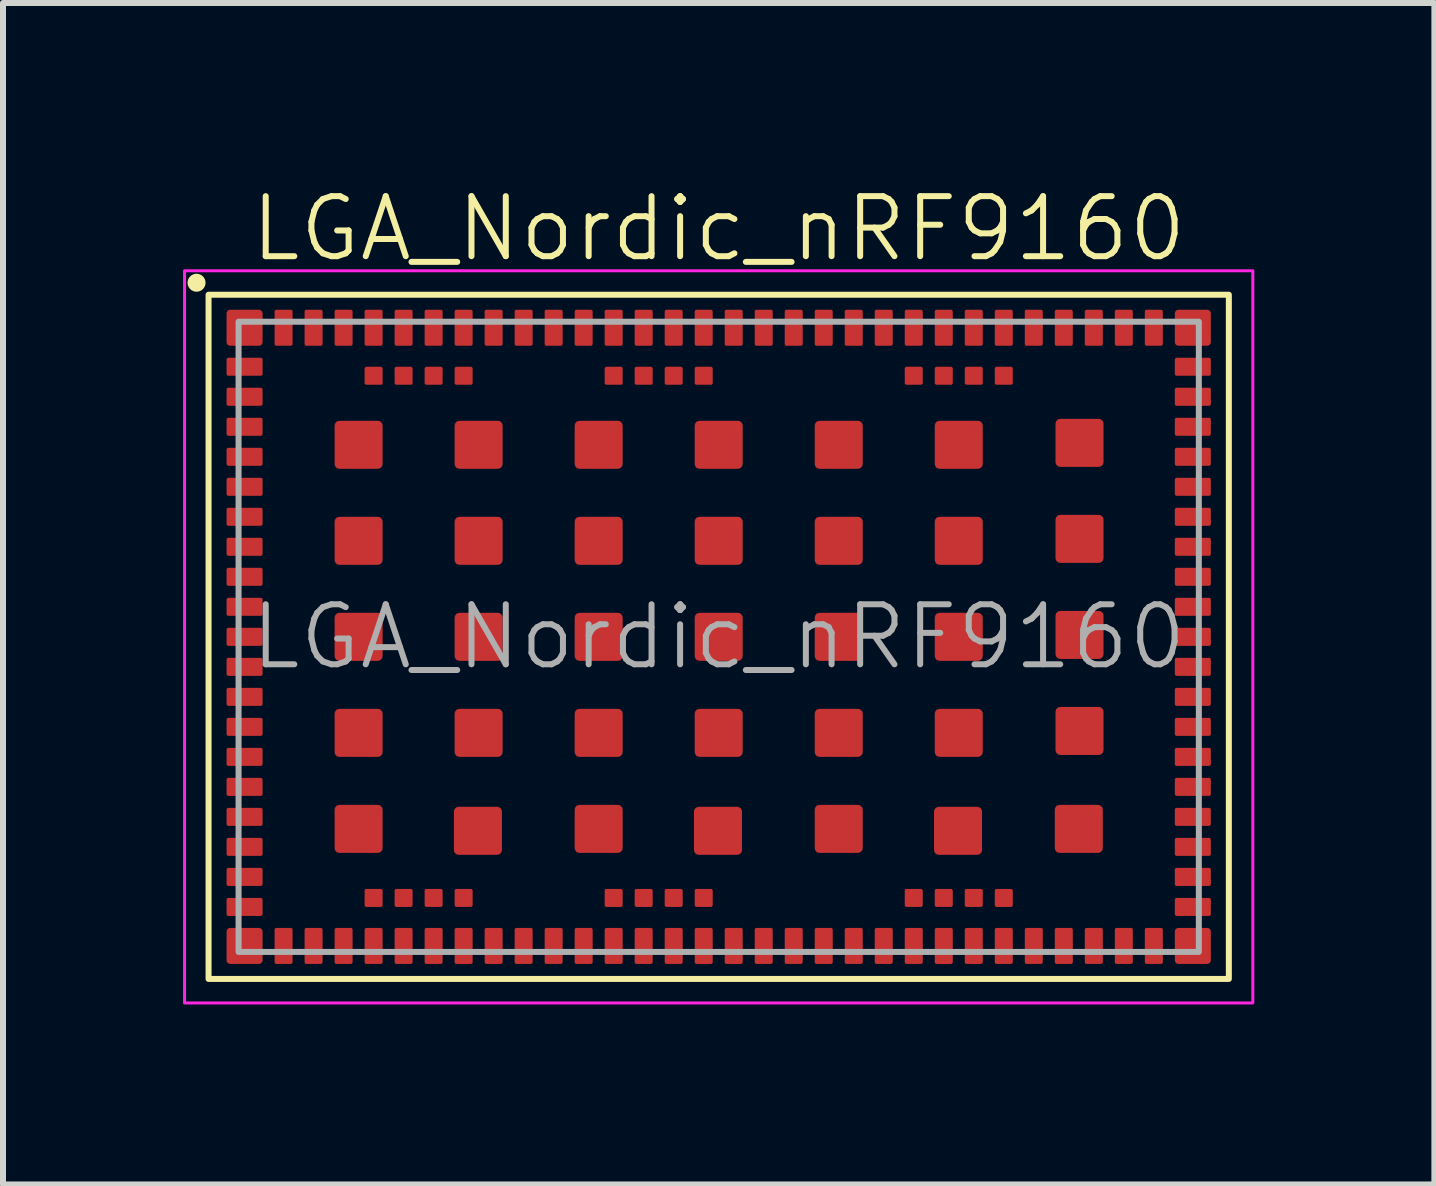
<source format=kicad_pcb>
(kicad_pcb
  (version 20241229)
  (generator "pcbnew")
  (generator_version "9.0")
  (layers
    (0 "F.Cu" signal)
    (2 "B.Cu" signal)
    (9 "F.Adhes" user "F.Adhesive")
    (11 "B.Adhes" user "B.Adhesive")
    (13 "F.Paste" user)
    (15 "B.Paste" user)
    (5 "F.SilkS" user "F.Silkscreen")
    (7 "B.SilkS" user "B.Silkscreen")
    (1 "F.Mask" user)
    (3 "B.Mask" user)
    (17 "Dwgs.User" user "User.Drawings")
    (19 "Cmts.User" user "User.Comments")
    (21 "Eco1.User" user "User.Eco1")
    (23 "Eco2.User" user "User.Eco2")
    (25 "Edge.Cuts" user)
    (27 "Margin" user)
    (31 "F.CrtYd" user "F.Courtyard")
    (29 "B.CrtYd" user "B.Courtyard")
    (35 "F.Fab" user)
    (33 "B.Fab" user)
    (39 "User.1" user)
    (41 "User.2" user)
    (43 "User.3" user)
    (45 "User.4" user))
  (footprint "LGA_Nordic_nRF9160"
    (layer "F.Cu")
    (at 8.925 7.561)
    (property "Reference" "LGA_Nordic_nRF9160" (at 0 -6.8 0) (unlocked yes) (layer "F.SilkS") (effects (font (size 1 1) (thickness 0.1))))
    (attr smd)
    (fp_rect (start -8.5 -5.7) (end 8.5 5.7) (stroke (width 0.1) (type default)) (fill no) (layer "F.SilkS"))
    (fp_circle (center -8.7 -5.9) (end -8.6 -5.9) (stroke (width 0.1) (type solid)) (fill yes) (layer "F.SilkS"))
    (fp_rect (start -8.9 -6.1) (end 8.9 6.1) (stroke (width 0.05) (type default)) (fill no) (layer "F.CrtYd"))
    (fp_rect (start -8 -5.25) (end 8 5.25) (stroke (width 0.1) (type default)) (fill no) (layer "F.Fab"))
    (fp_text user "${REFERENCE}" (at 0 0 0) (unlocked yes) (layer "F.Fab") (effects (font (size 1 1) (thickness 0.1))))
    (pad "1" smd roundrect (at -7.9 -5.15) (size 0.6 0.6) (layers "F.Cu" "F.Mask" "F.Paste") (roundrect_rratio 0.1))
    (pad "2" smd roundrect (at -7.9 -4.5) (size 0.6 0.3) (layers "F.Cu" "F.Mask" "F.Paste") (roundrect_rratio 0.1))
    (pad "3" smd roundrect (at -7.9 -4) (size 0.6 0.3) (layers "F.Cu" "F.Mask" "F.Paste") (roundrect_rratio 0.1))
    (pad "4" smd roundrect (at -7.9 -3.5) (size 0.6 0.3) (layers "F.Cu" "F.Mask" "F.Paste") (roundrect_rratio 0.1))
    (pad "5" smd roundrect (at -7.9 -3) (size 0.6 0.3) (layers "F.Cu" "F.Mask" "F.Paste") (roundrect_rratio 0.1))
    (pad "6" smd roundrect (at -7.9 -2.5) (size 0.6 0.3) (layers "F.Cu" "F.Mask" "F.Paste") (roundrect_rratio 0.1))
    (pad "7" smd roundrect (at -7.9 -2) (size 0.6 0.3) (layers "F.Cu" "F.Mask" "F.Paste") (roundrect_rratio 0.1))
    (pad "8" smd roundrect (at -7.9 -1.5) (size 0.6 0.3) (layers "F.Cu" "F.Mask" "F.Paste") (roundrect_rratio 0.1))
    (pad "9" smd roundrect (at -7.9 -1) (size 0.6 0.3) (layers "F.Cu" "F.Mask" "F.Paste") (roundrect_rratio 0.1))
    (pad "10" smd roundrect (at -7.9 -0.5) (size 0.6 0.3) (layers "F.Cu" "F.Mask" "F.Paste") (roundrect_rratio 0.1))
    (pad "11" smd roundrect (at -7.9 0) (size 0.6 0.3) (layers "F.Cu" "F.Mask" "F.Paste") (roundrect_rratio 0.1))
    (pad "12" smd roundrect (at -7.9 0.5) (size 0.6 0.3) (layers "F.Cu" "F.Mask" "F.Paste") (roundrect_rratio 0.1))
    (pad "13" smd roundrect (at -7.9 1) (size 0.6 0.3) (layers "F.Cu" "F.Mask" "F.Paste") (roundrect_rratio 0.1))
    (pad "14" smd roundrect (at -7.9 1.5) (size 0.6 0.3) (layers "F.Cu" "F.Mask" "F.Paste") (roundrect_rratio 0.1))
    (pad "15" smd roundrect (at -7.9 2) (size 0.6 0.3) (layers "F.Cu" "F.Mask" "F.Paste") (roundrect_rratio 0.1))
    (pad "16" smd roundrect (at -7.9 2.5) (size 0.6 0.3) (layers "F.Cu" "F.Mask" "F.Paste") (roundrect_rratio 0.1))
    (pad "17" smd roundrect (at -7.9 3) (size 0.6 0.3) (layers "F.Cu" "F.Mask" "F.Paste") (roundrect_rratio 0.1))
    (pad "18" smd roundrect (at -7.9 3.5) (size 0.6 0.3) (layers "F.Cu" "F.Mask" "F.Paste") (roundrect_rratio 0.1))
    (pad "19" smd roundrect (at -7.9 4) (size 0.6 0.3) (layers "F.Cu" "F.Mask" "F.Paste") (roundrect_rratio 0.1))
    (pad "20" smd roundrect (at -7.9 4.5) (size 0.6 0.3) (layers "F.Cu" "F.Mask" "F.Paste") (roundrect_rratio 0.1))
    (pad "21" smd roundrect (at -7.9 5.15) (size 0.6 0.6) (layers "F.Cu" "F.Mask" "F.Paste") (roundrect_rratio 0.1))
    (pad "22" smd roundrect (at -7.25 5.15) (size 0.3 0.6) (layers "F.Cu" "F.Mask" "F.Paste") (roundrect_rratio 0.1))
    (pad "23" smd roundrect (at -6.75 5.15) (size 0.3 0.6) (layers "F.Cu" "F.Mask" "F.Paste") (roundrect_rratio 0.1))
    (pad "24" smd roundrect (at -6.25 5.15) (size 0.3 0.6) (layers "F.Cu" "F.Mask" "F.Paste") (roundrect_rratio 0.1))
    (pad "25" smd roundrect (at -5.75 5.15) (size 0.3 0.6) (layers "F.Cu" "F.Mask" "F.Paste") (roundrect_rratio 0.1))
    (pad "26" smd roundrect (at -5.25 5.15) (size 0.3 0.6) (layers "F.Cu" "F.Mask" "F.Paste") (roundrect_rratio 0.1))
    (pad "27" smd roundrect (at -4.75 5.15) (size 0.3 0.6) (layers "F.Cu" "F.Mask" "F.Paste") (roundrect_rratio 0.1))
    (pad "28" smd roundrect (at -4.25 5.15) (size 0.3 0.6) (layers "F.Cu" "F.Mask" "F.Paste") (roundrect_rratio 0.1))
    (pad "29" smd roundrect (at -3.75 5.15) (size 0.3 0.6) (layers "F.Cu" "F.Mask" "F.Paste") (roundrect_rratio 0.1))
    (pad "30" smd roundrect (at -3.25 5.15) (size 0.3 0.6) (layers "F.Cu" "F.Mask" "F.Paste") (roundrect_rratio 0.1))
    (pad "31" smd roundrect (at -2.75 5.15) (size 0.3 0.6) (layers "F.Cu" "F.Mask" "F.Paste") (roundrect_rratio 0.1))
    (pad "32" smd roundrect (at -2.25 5.15) (size 0.3 0.6) (layers "F.Cu" "F.Mask" "F.Paste") (roundrect_rratio 0.1))
    (pad "33" smd roundrect (at -1.75 5.15) (size 0.3 0.6) (layers "F.Cu" "F.Mask" "F.Paste") (roundrect_rratio 0.1))
    (pad "34" smd roundrect (at -1.25 5.15) (size 0.3 0.6) (layers "F.Cu" "F.Mask" "F.Paste") (roundrect_rratio 0.1))
    (pad "35" smd roundrect (at -0.75 5.15) (size 0.3 0.6) (layers "F.Cu" "F.Mask" "F.Paste") (roundrect_rratio 0.1))
    (pad "36" smd roundrect (at -0.25 5.15) (size 0.3 0.6) (layers "F.Cu" "F.Mask" "F.Paste") (roundrect_rratio 0.1))
    (pad "37" smd roundrect (at 0.25 5.15) (size 0.3 0.6) (layers "F.Cu" "F.Mask" "F.Paste") (roundrect_rratio 0.1))
    (pad "38" smd roundrect (at 0.75 5.15) (size 0.3 0.6) (layers "F.Cu" "F.Mask" "F.Paste") (roundrect_rratio 0.1))
    (pad "39" smd roundrect (at 1.25 5.15) (size 0.3 0.6) (layers "F.Cu" "F.Mask" "F.Paste") (roundrect_rratio 0.1))
    (pad "40" smd roundrect (at 1.75 5.15) (size 0.3 0.6) (layers "F.Cu" "F.Mask" "F.Paste") (roundrect_rratio 0.1))
    (pad "41" smd roundrect (at 2.25 5.15) (size 0.3 0.6) (layers "F.Cu" "F.Mask" "F.Paste") (roundrect_rratio 0.1))
    (pad "42" smd roundrect (at 2.75 5.15) (size 0.3 0.6) (layers "F.Cu" "F.Mask" "F.Paste") (roundrect_rratio 0.1))
    (pad "43" smd roundrect (at 3.25 5.15) (size 0.3 0.6) (layers "F.Cu" "F.Mask" "F.Paste") (roundrect_rratio 0.1))
    (pad "44" smd roundrect (at 3.75 5.15) (size 0.3 0.6) (layers "F.Cu" "F.Mask" "F.Paste") (roundrect_rratio 0.1))
    (pad "45" smd roundrect (at 4.25 5.15) (size 0.3 0.6) (layers "F.Cu" "F.Mask" "F.Paste") (roundrect_rratio 0.1))
    (pad "46" smd roundrect (at 4.75 5.15) (size 0.3 0.6) (layers "F.Cu" "F.Mask" "F.Paste") (roundrect_rratio 0.1))
    (pad "47" smd roundrect (at 5.25 5.15) (size 0.3 0.6) (layers "F.Cu" "F.Mask" "F.Paste") (roundrect_rratio 0.1))
    (pad "48" smd roundrect (at 5.75 5.15) (size 0.3 0.6) (layers "F.Cu" "F.Mask" "F.Paste") (roundrect_rratio 0.1))
    (pad "49" smd roundrect (at 6.25 5.15) (size 0.3 0.6) (layers "F.Cu" "F.Mask" "F.Paste") (roundrect_rratio 0.1))
    (pad "50" smd roundrect (at 6.75 5.15) (size 0.3 0.6) (layers "F.Cu" "F.Mask" "F.Paste") (roundrect_rratio 0.1))
    (pad "51" smd roundrect (at 7.25 5.15) (size 0.3 0.6) (layers "F.Cu" "F.Mask" "F.Paste") (roundrect_rratio 0.1))
    (pad "52" smd roundrect (at 7.9 5.15) (size 0.6 0.6) (layers "F.Cu" "F.Mask" "F.Paste") (roundrect_rratio 0.1))
    (pad "53" smd roundrect (at 7.9 4.5) (size 0.6 0.3) (layers "F.Cu" "F.Mask" "F.Paste") (roundrect_rratio 0.1))
    (pad "54" smd roundrect (at 7.9 4) (size 0.6 0.3) (layers "F.Cu" "F.Mask" "F.Paste") (roundrect_rratio 0.1))
    (pad "55" smd roundrect (at 7.9 3.5) (size 0.6 0.3) (layers "F.Cu" "F.Mask" "F.Paste") (roundrect_rratio 0.1))
    (pad "56" smd roundrect (at 7.9 3) (size 0.6 0.3) (layers "F.Cu" "F.Mask" "F.Paste") (roundrect_rratio 0.1))
    (pad "57" smd roundrect (at 7.9 2.5) (size 0.6 0.3) (layers "F.Cu" "F.Mask" "F.Paste") (roundrect_rratio 0.1))
    (pad "58" smd roundrect (at 7.9 2) (size 0.6 0.3) (layers "F.Cu" "F.Mask" "F.Paste") (roundrect_rratio 0.1))
    (pad "59" smd roundrect (at 7.9 1.5) (size 0.6 0.3) (layers "F.Cu" "F.Mask" "F.Paste") (roundrect_rratio 0.1))
    (pad "60" smd roundrect (at 7.9 1) (size 0.6 0.3) (layers "F.Cu" "F.Mask" "F.Paste") (roundrect_rratio 0.1))
    (pad "61" smd roundrect (at 7.9 0.5) (size 0.6 0.3) (layers "F.Cu" "F.Mask" "F.Paste") (roundrect_rratio 0.1))
    (pad "62" smd roundrect (at 7.9 0) (size 0.6 0.3) (layers "F.Cu" "F.Mask" "F.Paste") (roundrect_rratio 0.1))
    (pad "63" smd roundrect (at 7.9 -0.5) (size 0.6 0.3) (layers "F.Cu" "F.Mask" "F.Paste") (roundrect_rratio 0.1))
    (pad "64" smd roundrect (at 7.9 -1) (size 0.6 0.3) (layers "F.Cu" "F.Mask" "F.Paste") (roundrect_rratio 0.1))
    (pad "65" smd roundrect (at 7.9 -1.5) (size 0.6 0.3) (layers "F.Cu" "F.Mask" "F.Paste") (roundrect_rratio 0.1))
    (pad "66" smd roundrect (at 7.9 -2) (size 0.6 0.3) (layers "F.Cu" "F.Mask" "F.Paste") (roundrect_rratio 0.1))
    (pad "67" smd roundrect (at 7.9 -2.5) (size 0.6 0.3) (layers "F.Cu" "F.Mask" "F.Paste") (roundrect_rratio 0.1))
    (pad "68" smd roundrect (at 7.9 -3) (size 0.6 0.3) (layers "F.Cu" "F.Mask" "F.Paste") (roundrect_rratio 0.1))
    (pad "69" smd roundrect (at 7.9 -3.5) (size 0.6 0.3) (layers "F.Cu" "F.Mask" "F.Paste") (roundrect_rratio 0.1))
    (pad "70" smd roundrect (at 7.9 -4) (size 0.6 0.3) (layers "F.Cu" "F.Mask" "F.Paste") (roundrect_rratio 0.1))
    (pad "71" smd roundrect (at 7.9 -4.5) (size 0.6 0.3) (layers "F.Cu" "F.Mask" "F.Paste") (roundrect_rratio 0.1))
    (pad "72" smd roundrect (at 7.9 -5.15) (size 0.6 0.6) (layers "F.Cu" "F.Mask" "F.Paste") (roundrect_rratio 0.1))
    (pad "73" smd roundrect (at 7.25 -5.15) (size 0.3 0.6) (layers "F.Cu" "F.Mask" "F.Paste") (roundrect_rratio 0.1))
    (pad "74" smd roundrect (at 6.75 -5.15) (size 0.3 0.6) (layers "F.Cu" "F.Mask" "F.Paste") (roundrect_rratio 0.1))
    (pad "75" smd roundrect (at 6.25 -5.15) (size 0.3 0.6) (layers "F.Cu" "F.Mask" "F.Paste") (roundrect_rratio 0.1))
    (pad "76" smd roundrect (at 5.75 -5.15) (size 0.3 0.6) (layers "F.Cu" "F.Mask" "F.Paste") (roundrect_rratio 0.1))
    (pad "77" smd roundrect (at 5.25 -5.15) (size 0.3 0.6) (layers "F.Cu" "F.Mask" "F.Paste") (roundrect_rratio 0.1))
    (pad "78" smd roundrect (at 4.75 -5.15) (size 0.3 0.6) (layers "F.Cu" "F.Mask" "F.Paste") (roundrect_rratio 0.1))
    (pad "79" smd roundrect (at 4.25 -5.15) (size 0.3 0.6) (layers "F.Cu" "F.Mask" "F.Paste") (roundrect_rratio 0.1))
    (pad "80" smd roundrect (at 3.75 -5.15) (size 0.3 0.6) (layers "F.Cu" "F.Mask" "F.Paste") (roundrect_rratio 0.1))
    (pad "81" smd roundrect (at 3.25 -5.15) (size 0.3 0.6) (layers "F.Cu" "F.Mask" "F.Paste") (roundrect_rratio 0.1))
    (pad "82" smd roundrect (at 2.75 -5.15) (size 0.3 0.6) (layers "F.Cu" "F.Mask" "F.Paste") (roundrect_rratio 0.1))
    (pad "83" smd roundrect (at 2.25 -5.15) (size 0.3 0.6) (layers "F.Cu" "F.Mask" "F.Paste") (roundrect_rratio 0.1))
    (pad "84" smd roundrect (at 1.75 -5.15) (size 0.3 0.6) (layers "F.Cu" "F.Mask" "F.Paste") (roundrect_rratio 0.1))
    (pad "85" smd roundrect (at 1.25 -5.15) (size 0.3 0.6) (layers "F.Cu" "F.Mask" "F.Paste") (roundrect_rratio 0.1))
    (pad "86" smd roundrect (at 0.75 -5.15) (size 0.3 0.6) (layers "F.Cu" "F.Mask" "F.Paste") (roundrect_rratio 0.1))
    (pad "87" smd roundrect (at 0.25 -5.15) (size 0.3 0.6) (layers "F.Cu" "F.Mask" "F.Paste") (roundrect_rratio 0.1))
    (pad "88" smd roundrect (at -0.25 -5.15) (size 0.3 0.6) (layers "F.Cu" "F.Mask" "F.Paste") (roundrect_rratio 0.1))
    (pad "89" smd roundrect (at -0.75 -5.15) (size 0.3 0.6) (layers "F.Cu" "F.Mask" "F.Paste") (roundrect_rratio 0.1))
    (pad "90" smd roundrect (at -1.25 -5.15) (size 0.3 0.6) (layers "F.Cu" "F.Mask" "F.Paste") (roundrect_rratio 0.1))
    (pad "91" smd roundrect (at -1.75 -5.15) (size 0.3 0.6) (layers "F.Cu" "F.Mask" "F.Paste") (roundrect_rratio 0.1))
    (pad "92" smd roundrect (at -2.25 -5.15) (size 0.3 0.6) (layers "F.Cu" "F.Mask" "F.Paste") (roundrect_rratio 0.1))
    (pad "93" smd roundrect (at -2.75 -5.15) (size 0.3 0.6) (layers "F.Cu" "F.Mask" "F.Paste") (roundrect_rratio 0.1))
    (pad "94" smd roundrect (at -3.25 -5.15) (size 0.3 0.6) (layers "F.Cu" "F.Mask" "F.Paste") (roundrect_rratio 0.1))
    (pad "95" smd roundrect (at -3.75 -5.15) (size 0.3 0.6) (layers "F.Cu" "F.Mask" "F.Paste") (roundrect_rratio 0.1))
    (pad "96" smd roundrect (at -4.25 -5.15) (size 0.3 0.6) (layers "F.Cu" "F.Mask" "F.Paste") (roundrect_rratio 0.1))
    (pad "97" smd roundrect (at -4.75 -5.15) (size 0.3 0.6) (layers "F.Cu" "F.Mask" "F.Paste") (roundrect_rratio 0.1))
    (pad "98" smd roundrect (at -5.25 -5.15) (size 0.3 0.6) (layers "F.Cu" "F.Mask" "F.Paste") (roundrect_rratio 0.1))
    (pad "99" smd roundrect (at -5.75 -5.15) (size 0.3 0.6) (layers "F.Cu" "F.Mask" "F.Paste") (roundrect_rratio 0.1))
    (pad "100" smd roundrect (at -6.25 -5.15) (size 0.3 0.6) (layers "F.Cu" "F.Mask" "F.Paste") (roundrect_rratio 0.1))
    (pad "101" smd roundrect (at -6.75 -5.15) (size 0.3 0.6) (layers "F.Cu" "F.Mask" "F.Paste") (roundrect_rratio 0.1))
    (pad "102" smd roundrect (at -7.25 -5.15) (size 0.3 0.6) (layers "F.Cu" "F.Mask" "F.Paste") (roundrect_rratio 0.1))
    (pad "103" smd roundrect (at -6 -3.2) (size 0.8 0.8) (layers "F.Cu" "F.Mask" "F.Paste") (roundrect_rratio 0.1))
    (pad "103" smd roundrect (at -6 -1.6) (size 0.8 0.8) (layers "F.Cu" "F.Mask" "F.Paste") (roundrect_rratio 0.1))
    (pad "103" smd roundrect (at -6 0) (size 0.8 0.8) (layers "F.Cu" "F.Mask" "F.Paste") (roundrect_rratio 0.1))
    (pad "103" smd roundrect (at -6 1.6) (size 0.8 0.8) (layers "F.Cu" "F.Mask" "F.Paste") (roundrect_rratio 0.1))
    (pad "103" smd roundrect (at -6 3.2) (size 0.8 0.8) (layers "F.Cu" "F.Mask" "F.Paste") (roundrect_rratio 0.1))
    (pad "103" smd roundrect (at -4.012 3.232) (size 0.8 0.8) (layers "F.Cu" "F.Mask" "F.Paste") (roundrect_rratio 0.1))
    (pad "103" smd roundrect (at -4 -3.2) (size 0.8 0.8) (layers "F.Cu" "F.Mask" "F.Paste") (roundrect_rratio 0.1))
    (pad "103" smd roundrect (at -4 -1.6) (size 0.8 0.8) (layers "F.Cu" "F.Mask" "F.Paste") (roundrect_rratio 0.1))
    (pad "103" smd roundrect (at -4 0) (size 0.8 0.8) (layers "F.Cu" "F.Mask" "F.Paste") (roundrect_rratio 0.1))
    (pad "103" smd roundrect (at -4 1.6) (size 0.8 0.8) (layers "F.Cu" "F.Mask" "F.Paste") (roundrect_rratio 0.1))
    (pad "103" smd roundrect (at -2 -3.2) (size 0.8 0.8) (layers "F.Cu" "F.Mask" "F.Paste") (roundrect_rratio 0.1))
    (pad "103" smd roundrect (at -2 -1.6) (size 0.8 0.8) (layers "F.Cu" "F.Mask" "F.Paste") (roundrect_rratio 0.1))
    (pad "103" smd roundrect (at -2 0) (size 0.8 0.8) (layers "F.Cu" "F.Mask" "F.Paste") (roundrect_rratio 0.1))
    (pad "103" smd roundrect (at -2 1.6) (size 0.8 0.8) (layers "F.Cu" "F.Mask" "F.Paste") (roundrect_rratio 0.1))
    (pad "103" smd roundrect (at -2 3.2) (size 0.8 0.8) (layers "F.Cu" "F.Mask" "F.Paste") (roundrect_rratio 0.1))
    (pad "103" smd roundrect (at -0.012 3.232) (size 0.8 0.8) (layers "F.Cu" "F.Mask" "F.Paste") (roundrect_rratio 0.1))
    (pad "103" smd roundrect (at 0 -3.2) (size 0.8 0.8) (layers "F.Cu" "F.Mask" "F.Paste") (roundrect_rratio 0.1))
    (pad "103" smd roundrect (at 0 -1.6) (size 0.8 0.8) (layers "F.Cu" "F.Mask" "F.Paste") (roundrect_rratio 0.1))
    (pad "103" smd roundrect (at 0 0) (size 0.8 0.8) (layers "F.Cu" "F.Mask" "F.Paste") (roundrect_rratio 0.1))
    (pad "103" smd roundrect (at 0 1.6) (size 0.8 0.8) (layers "F.Cu" "F.Mask" "F.Paste") (roundrect_rratio 0.1))
    (pad "103" smd roundrect (at 2 -3.2) (size 0.8 0.8) (layers "F.Cu" "F.Mask" "F.Paste") (roundrect_rratio 0.1))
    (pad "103" smd roundrect (at 2 -1.6) (size 0.8 0.8) (layers "F.Cu" "F.Mask" "F.Paste") (roundrect_rratio 0.1))
    (pad "103" smd roundrect (at 2 0) (size 0.8 0.8) (layers "F.Cu" "F.Mask" "F.Paste") (roundrect_rratio 0.1))
    (pad "103" smd roundrect (at 2 1.6) (size 0.8 0.8) (layers "F.Cu" "F.Mask" "F.Paste") (roundrect_rratio 0.1))
    (pad "103" smd roundrect (at 2 3.2) (size 0.8 0.8) (layers "F.Cu" "F.Mask" "F.Paste") (roundrect_rratio 0.1))
    (pad "103" smd roundrect (at 3.988 3.232) (size 0.8 0.8) (layers "F.Cu" "F.Mask" "F.Paste") (roundrect_rratio 0.1))
    (pad "103" smd roundrect (at 4 -3.2) (size 0.8 0.8) (layers "F.Cu" "F.Mask" "F.Paste") (roundrect_rratio 0.1))
    (pad "103" smd roundrect (at 4 -1.6) (size 0.8 0.8) (layers "F.Cu" "F.Mask" "F.Paste") (roundrect_rratio 0.1))
    (pad "103" smd roundrect (at 4 0) (size 0.8 0.8) (layers "F.Cu" "F.Mask" "F.Paste") (roundrect_rratio 0.1))
    (pad "103" smd roundrect (at 4 1.6) (size 0.8 0.8) (layers "F.Cu" "F.Mask" "F.Paste") (roundrect_rratio 0.1))
    (pad "103" smd roundrect (at 6 3.2) (size 0.8 0.8) (layers "F.Cu" "F.Mask" "F.Paste") (roundrect_rratio 0.1))
    (pad "103" smd roundrect (at 6.012 -3.232) (size 0.8 0.8) (layers "F.Cu" "F.Mask" "F.Paste") (roundrect_rratio 0.1))
    (pad "103" smd roundrect (at 6.012 -1.632) (size 0.8 0.8) (layers "F.Cu" "F.Mask" "F.Paste") (roundrect_rratio 0.1))
    (pad "103" smd roundrect (at 6.012 -0.032) (size 0.8 0.8) (layers "F.Cu" "F.Mask" "F.Paste") (roundrect_rratio 0.1))
    (pad "103" smd roundrect (at 6.012 1.568) (size 0.8 0.8) (layers "F.Cu" "F.Mask" "F.Paste") (roundrect_rratio 0.1))
    (pad "104" smd roundrect (at -5.75 4.35) (size 0.3 0.3) (layers "F.Cu" "F.Mask" "F.Paste") (roundrect_rratio 0.1))
    (pad "105" smd roundrect (at -5.25 4.35) (size 0.3 0.3) (layers "F.Cu" "F.Mask" "F.Paste") (roundrect_rratio 0.1))
    (pad "106" smd roundrect (at -4.75 4.35) (size 0.3 0.3) (layers "F.Cu" "F.Mask" "F.Paste") (roundrect_rratio 0.1))
    (pad "107" smd roundrect (at -4.25 4.35) (size 0.3 0.3) (layers "F.Cu" "F.Mask" "F.Paste") (roundrect_rratio 0.1))
    (pad "108" smd roundrect (at -1.75 4.35) (size 0.3 0.3) (layers "F.Cu" "F.Mask" "F.Paste") (roundrect_rratio 0.1))
    (pad "109" smd roundrect (at -1.25 4.35) (size 0.3 0.3) (layers "F.Cu" "F.Mask" "F.Paste") (roundrect_rratio 0.1))
    (pad "110" smd roundrect (at -0.75 4.35) (size 0.3 0.3) (layers "F.Cu" "F.Mask" "F.Paste") (roundrect_rratio 0.1))
    (pad "111" smd roundrect (at -0.25 4.35) (size 0.3 0.3) (layers "F.Cu" "F.Mask" "F.Paste") (roundrect_rratio 0.1))
    (pad "112" smd roundrect (at 3.25 4.35) (size 0.3 0.3) (layers "F.Cu" "F.Mask" "F.Paste") (roundrect_rratio 0.1))
    (pad "113" smd roundrect (at 3.75 4.35) (size 0.3 0.3) (layers "F.Cu" "F.Mask" "F.Paste") (roundrect_rratio 0.1))
    (pad "114" smd roundrect (at 4.25 4.35) (size 0.3 0.3) (layers "F.Cu" "F.Mask" "F.Paste") (roundrect_rratio 0.1))
    (pad "115" smd roundrect (at 4.75 4.35) (size 0.3 0.3) (layers "F.Cu" "F.Mask" "F.Paste") (roundrect_rratio 0.1))
    (pad "116" smd roundrect (at 4.75 -4.35) (size 0.3 0.3) (layers "F.Cu" "F.Mask" "F.Paste") (roundrect_rratio 0.1))
    (pad "117" smd roundrect (at 4.25 -4.35) (size 0.3 0.3) (layers "F.Cu" "F.Mask" "F.Paste") (roundrect_rratio 0.1))
    (pad "118" smd roundrect (at 3.75 -4.35) (size 0.3 0.3) (layers "F.Cu" "F.Mask" "F.Paste") (roundrect_rratio 0.1))
    (pad "119" smd roundrect (at 3.25 -4.35) (size 0.3 0.3) (layers "F.Cu" "F.Mask" "F.Paste") (roundrect_rratio 0.1))
    (pad "120" smd roundrect (at -0.25 -4.35) (size 0.3 0.3) (layers "F.Cu" "F.Mask" "F.Paste") (roundrect_rratio 0.1))
    (pad "121" smd roundrect (at -0.75 -4.35) (size 0.3 0.3) (layers "F.Cu" "F.Mask" "F.Paste") (roundrect_rratio 0.1))
    (pad "122" smd roundrect (at -1.25 -4.35) (size 0.3 0.3) (layers "F.Cu" "F.Mask" "F.Paste") (roundrect_rratio 0.1))
    (pad "123" smd roundrect (at -1.75 -4.35) (size 0.3 0.3) (layers "F.Cu" "F.Mask" "F.Paste") (roundrect_rratio 0.1))
    (pad "124" smd roundrect (at -4.25 -4.35) (size 0.3 0.3) (layers "F.Cu" "F.Mask" "F.Paste") (roundrect_rratio 0.1))
    (pad "125" smd roundrect (at -4.75 -4.35) (size 0.3 0.3) (layers "F.Cu" "F.Mask" "F.Paste") (roundrect_rratio 0.1))
    (pad "126" smd roundrect (at -5.25 -4.35) (size 0.3 0.3) (layers "F.Cu" "F.Mask" "F.Paste") (roundrect_rratio 0.1))
    (pad "127" smd roundrect (at -5.75 -4.35) (size 0.3 0.3) (layers "F.Cu" "F.Mask" "F.Paste") (roundrect_rratio 0.1)))
  (gr_rect
    (start -3 -3)
    (end 20.85 16.686)
    (stroke (width 0.1) (type default))
    (fill no)
    (layer "Edge.Cuts")))
</source>
